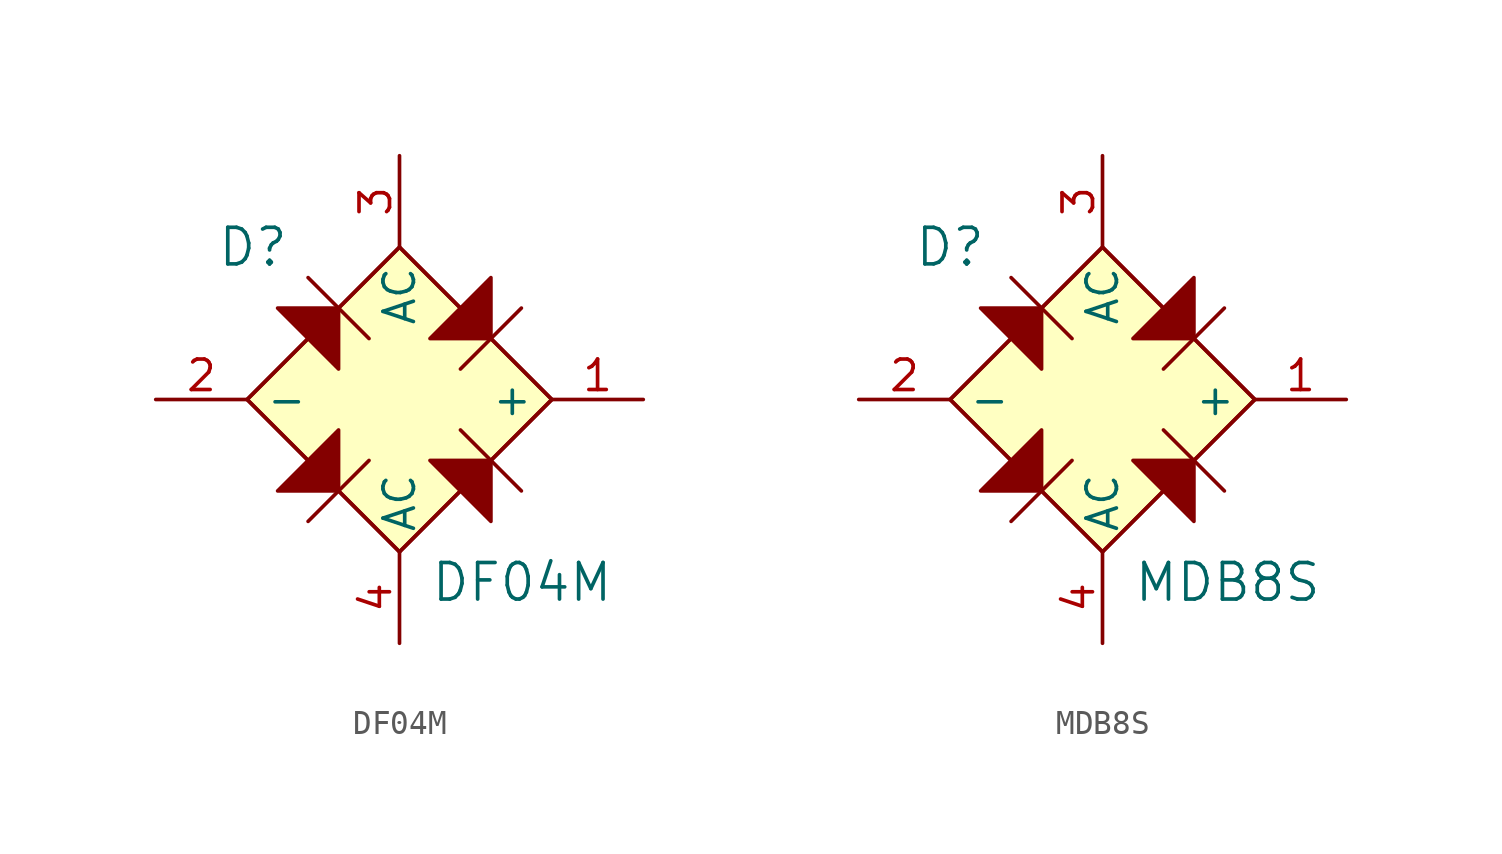
<source format=kicad_sym>
(kicad_symbol_lib
  (version 20201005)
  (generator kicad_symbol_editor)
  (symbol "DF04M"
    (pin_names
      (offset 0.762))
    (property "Reference" "D"
      (at -7.62 6.35 0)
      (effects (font (size 1.524 1.524)) (justify left)))
    (property "Value" "DF04M"
      (at 1.27 -7.62 0)
      (effects (font (size 1.524 1.524)) (justify left)))
    (symbol "DF04M_0_1"
      (polyline (pts (xy -3.81 5.08) (xy -1.27 2.54)) (stroke (width 0)) (fill (type none)))
      (polyline (pts (xy -1.27 -2.54) (xy -3.81 -5.08)) (stroke (width 0)) (fill (type none)))
      (polyline (pts (xy 2.54 -1.27) (xy 5.08 -3.81)) (stroke (width 0)) (fill (type none)))
      (polyline (pts (xy 5.08 3.81) (xy 2.54 1.27)) (stroke (width 0)) (fill (type none)))
      (polyline (pts (xy -3.81 2.54) (xy -6.35 0) (xy -3.81 -2.54)) (stroke (width 0)) (fill (type none)))
      (polyline (pts (xy -2.54 3.81) (xy 0 6.35) (xy 2.54 3.81)) (stroke (width 0)) (fill (type none)))
      (polyline (pts (xy 2.54 -3.81) (xy 0 -6.35) (xy -2.54 -3.81)) (stroke (width 0)) (fill (type none)))
      (polyline (pts (xy 3.81 2.54) (xy 6.35 0) (xy 3.81 -2.54)) (stroke (width 0)) (fill (type none)))
      (polyline (pts (xy -2.54 1.27) (xy -2.54 3.81) (xy -5.08 3.81) (xy -2.54 1.27)) (stroke (width 0)) (fill (type outline)))
      (polyline (pts (xy 1.27 -2.54) (xy 3.81 -2.54) (xy 3.81 -5.08) (xy 1.27 -2.54)) (stroke (width 0)) (fill (type outline)))
      (polyline (pts (xy 1.27 2.54) (xy 3.81 2.54) (xy 3.81 5.08) (xy 1.27 2.54)) (stroke (width 0)) (fill (type outline)))
      (polyline (pts (xy -2.54 -3.81) (xy -2.54 -1.27) (xy -3.81 -2.54) (xy -5.08 -3.81) (xy -2.54 -3.81)) (stroke (width 0)) (fill (type outline)))
      (polyline (pts (xy 0 6.35) (xy 6.35 0) (xy 0 -6.35) (xy -6.35 0) (xy 0 6.35)) (stroke (width 0)) (fill (type background))))
    (symbol "DF04M_1_1"
      (pin power_out line (at 10.16 0 180) (length 3.81) (name "+" (effects (font (size 1.27 1.27)))) (number "1" (effects (font (size 1.27 1.27)))))
      (pin power_out line (at -10.16 0 0) (length 3.81) (name "-" (effects (font (size 1.27 1.27)))) (number "2" (effects (font (size 1.27 1.27)))))
      (pin power_in line (at 0 10.16 270) (length 3.81) (name "AC" (effects (font (size 1.27 1.27)))) (number "3" (effects (font (size 1.27 1.27)))))
      (pin power_in line (at 0 -10.16 90) (length 3.81) (name "AC" (effects (font (size 1.27 1.27)))) (number "4" (effects (font (size 1.27 1.27)))))))
  (symbol "MDB8S"
    (pin_names
      (offset 0.762))
    (property "Reference" "D"
      (at -6.35 6.35 0)
      (effects (font (size 1.524 1.524))))
    (property "Value" "MDB8S"
      (at 1.27 -7.62 0)
      (effects (font (size 1.524 1.524)) (justify left)))
    (symbol "MDB8S_0_1"
      (polyline (pts (xy -3.81 5.08) (xy -1.27 2.54)) (stroke (width 0)) (fill (type none)))
      (polyline (pts (xy -1.27 -2.54) (xy -3.81 -5.08)) (stroke (width 0)) (fill (type none)))
      (polyline (pts (xy 2.54 -1.27) (xy 5.08 -3.81)) (stroke (width 0)) (fill (type none)))
      (polyline (pts (xy 5.08 3.81) (xy 2.54 1.27)) (stroke (width 0)) (fill (type none)))
      (polyline (pts (xy -3.81 2.54) (xy -6.35 0) (xy -3.81 -2.54)) (stroke (width 0)) (fill (type none)))
      (polyline (pts (xy -2.54 3.81) (xy 0 6.35) (xy 2.54 3.81)) (stroke (width 0)) (fill (type none)))
      (polyline (pts (xy 2.54 -3.81) (xy 0 -6.35) (xy -2.54 -3.81)) (stroke (width 0)) (fill (type none)))
      (polyline (pts (xy 3.81 2.54) (xy 6.35 0) (xy 3.81 -2.54)) (stroke (width 0)) (fill (type none)))
      (polyline (pts (xy -2.54 1.27) (xy -2.54 3.81) (xy -5.08 3.81) (xy -2.54 1.27)) (stroke (width 0)) (fill (type outline)))
      (polyline (pts (xy 1.27 -2.54) (xy 3.81 -2.54) (xy 3.81 -5.08) (xy 1.27 -2.54)) (stroke (width 0)) (fill (type outline)))
      (polyline (pts (xy 1.27 2.54) (xy 3.81 2.54) (xy 3.81 5.08) (xy 1.27 2.54)) (stroke (width 0)) (fill (type outline)))
      (polyline (pts (xy -2.54 -3.81) (xy -2.54 -1.27) (xy -3.81 -2.54) (xy -5.08 -3.81) (xy -2.54 -3.81)) (stroke (width 0)) (fill (type outline)))
      (polyline (pts (xy 0 6.35) (xy -6.35 0) (xy 0 -6.35) (xy 6.35 0) (xy 0 6.35)) (stroke (width 0)) (fill (type background))))
    (symbol "MDB8S_1_1"
      (pin power_out line (at 10.16 0 180) (length 3.81) (name "+" (effects (font (size 1.27 1.27)))) (number "1" (effects (font (size 1.27 1.27)))))
      (pin power_out line (at -10.16 0 0) (length 3.81) (name "-" (effects (font (size 1.27 1.27)))) (number "2" (effects (font (size 1.27 1.27)))))
      (pin power_in line (at 0 10.16 270) (length 3.81) (name "AC" (effects (font (size 1.27 1.27)))) (number "3" (effects (font (size 1.27 1.27)))))
      (pin power_in line (at 0 -10.16 90) (length 3.81) (name "AC" (effects (font (size 1.27 1.27)))) (number "4" (effects (font (size 1.27 1.27))))))))
</source>
